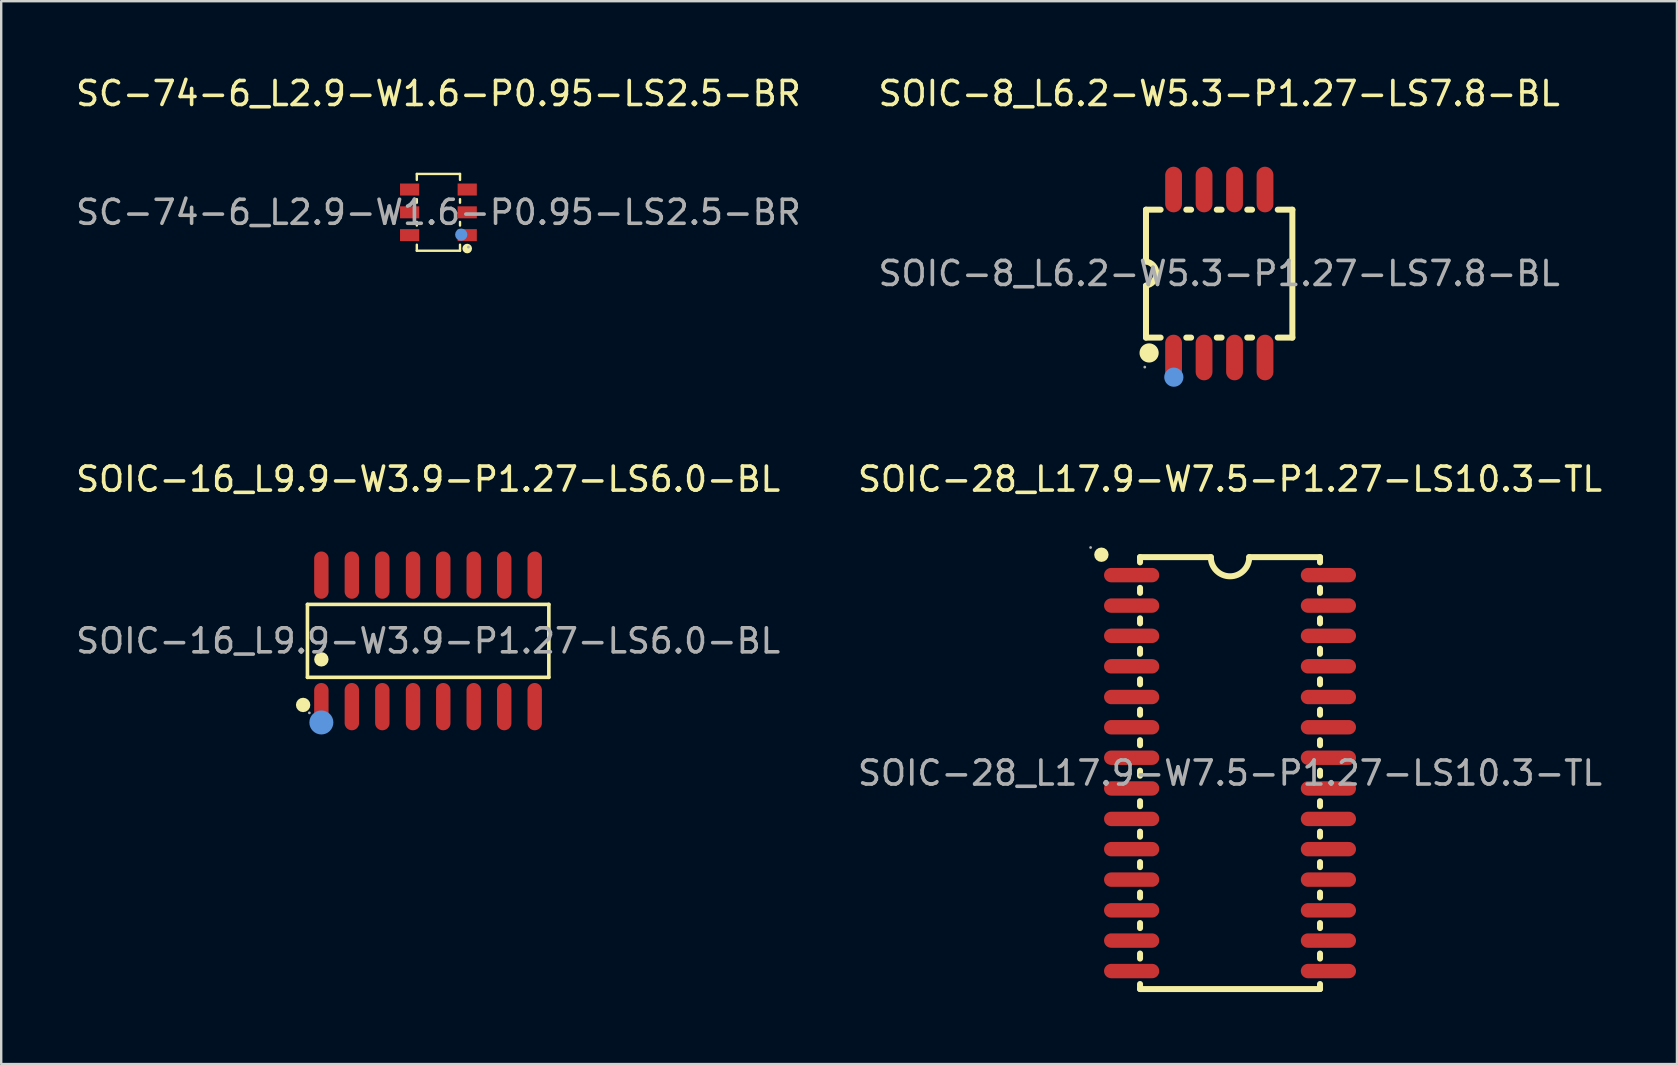
<source format=kicad_pcb>
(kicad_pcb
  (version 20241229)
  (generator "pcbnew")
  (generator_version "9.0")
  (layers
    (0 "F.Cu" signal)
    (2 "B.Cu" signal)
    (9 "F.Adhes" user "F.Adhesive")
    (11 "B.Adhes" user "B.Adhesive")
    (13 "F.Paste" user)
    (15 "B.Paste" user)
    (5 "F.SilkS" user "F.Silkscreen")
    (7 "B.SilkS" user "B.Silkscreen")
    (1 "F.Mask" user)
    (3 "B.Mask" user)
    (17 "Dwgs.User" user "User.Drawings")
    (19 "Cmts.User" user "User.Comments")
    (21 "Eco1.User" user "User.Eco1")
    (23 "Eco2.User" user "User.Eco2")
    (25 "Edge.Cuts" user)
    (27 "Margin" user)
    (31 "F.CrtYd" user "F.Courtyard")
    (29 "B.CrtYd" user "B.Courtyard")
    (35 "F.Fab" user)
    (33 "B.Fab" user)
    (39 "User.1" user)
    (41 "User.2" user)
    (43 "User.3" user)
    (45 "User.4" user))
  (footprint "SOIC-16_L9.9-W3.9-P1.27-LS6.0-BL"
    (layer "F.Cu")
    (at 14.792 23.657)
    (property "Reference" "SOIC-16_L9.9-W3.9-P1.27-LS6.0-BL" (at 0 -6.74 0) (layer "F.SilkS") (effects (font (size 1 1) (thickness 0.15))))
    (attr through_hole)
    (fp_line (start -5.03 -1.52) (end 5.03 -1.52) (stroke (width 0.15) (type solid)) (layer "F.SilkS"))
    (fp_line (start -5.03 1.52) (end -5.03 -1.52) (stroke (width 0.15) (type solid)) (layer "F.SilkS"))
    (fp_line (start 5.03 -1.52) (end 5.03 1.52) (stroke (width 0.15) (type solid)) (layer "F.SilkS"))
    (fp_line (start 5.03 1.52) (end -5.03 1.52) (stroke (width 0.15) (type solid)) (layer "F.SilkS"))
    (fp_circle (center -5.21 2.67) (end -5.06 2.67) (stroke (width 0.3) (type solid)) (fill no) (layer "F.SilkS"))
    (fp_circle (center -4.45 0.77) (end -4.3 0.77) (stroke (width 0.3) (type solid)) (fill no) (layer "F.SilkS"))
    (fp_circle (center -4.45 3.4) (end -4.2 3.4) (stroke (width 0.5) (type solid)) (fill no) (layer "Cmts.User"))
    (fp_circle (center -4.95 3) (end -4.92 3) (stroke (width 0.06) (type solid)) (fill no) (layer "F.Fab"))
    (fp_text user "${REFERENCE}" (at 0 0 0) (layer "F.Fab") (effects (font (size 1 1) (thickness 0.15))))
    (pad "1" smd oval (at -4.45 2.74) (size 0.6 1.97) (layers "F.Cu" "F.Mask" "F.Paste"))
    (pad "2" smd oval (at -3.18 2.74) (size 0.6 1.97) (layers "F.Cu" "F.Mask" "F.Paste"))
    (pad "3" smd oval (at -1.91 2.74) (size 0.6 1.97) (layers "F.Cu" "F.Mask" "F.Paste"))
    (pad "4" smd oval (at -0.63 2.74) (size 0.6 1.97) (layers "F.Cu" "F.Mask" "F.Paste"))
    (pad "5" smd oval (at 0.63 2.74) (size 0.6 1.97) (layers "F.Cu" "F.Mask" "F.Paste"))
    (pad "6" smd oval (at 1.9 2.74) (size 0.6 1.97) (layers "F.Cu" "F.Mask" "F.Paste"))
    (pad "7" smd oval (at 3.17 2.74) (size 0.6 1.97) (layers "F.Cu" "F.Mask" "F.Paste"))
    (pad "8" smd oval (at 4.44 2.74) (size 0.6 1.97) (layers "F.Cu" "F.Mask" "F.Paste"))
    (pad "9" smd oval (at 4.44 -2.74) (size 0.6 1.97) (layers "F.Cu" "F.Mask" "F.Paste"))
    (pad "10" smd oval (at 3.17 -2.74) (size 0.6 1.97) (layers "F.Cu" "F.Mask" "F.Paste"))
    (pad "11" smd oval (at 1.9 -2.74) (size 0.6 1.97) (layers "F.Cu" "F.Mask" "F.Paste"))
    (pad "12" smd oval (at 0.63 -2.74) (size 0.6 1.97) (layers "F.Cu" "F.Mask" "F.Paste"))
    (pad "13" smd oval (at -0.63 -2.74) (size 0.6 1.97) (layers "F.Cu" "F.Mask" "F.Paste"))
    (pad "14" smd oval (at -1.91 -2.74) (size 0.6 1.97) (layers "F.Cu" "F.Mask" "F.Paste"))
    (pad "15" smd oval (at -3.18 -2.74) (size 0.6 1.97) (layers "F.Cu" "F.Mask" "F.Paste"))
    (pad "16" smd oval (at -4.45 -2.74) (size 0.6 1.97) (layers "F.Cu" "F.Mask" "F.Paste")))
  (footprint "SOIC-28_L17.9-W7.5-P1.27-LS10.3-TL"
    (layer "F.Cu")
    (at 48.208 29.166)
    (property "Reference" "SOIC-28_L17.9-W7.5-P1.27-LS10.3-TL" (at 0 -12.25 0) (layer "F.SilkS") (effects (font (size 1 1) (thickness 0.15))))
    (attr through_hole)
    (fp_line (start -3.75 -9) (end -3.75 -8.78) (stroke (width 0.25) (type solid)) (layer "F.SilkS"))
    (fp_line (start -3.75 -9) (end -0.8 -9) (stroke (width 0.25) (type solid)) (layer "F.SilkS"))
    (fp_line (start -3.75 -7.72) (end -3.75 -7.51) (stroke (width 0.25) (type solid)) (layer "F.SilkS"))
    (fp_line (start -3.75 -6.45) (end -3.75 -6.24) (stroke (width 0.25) (type solid)) (layer "F.SilkS"))
    (fp_line (start -3.75 -5.18) (end -3.75 -4.97) (stroke (width 0.25) (type solid)) (layer "F.SilkS"))
    (fp_line (start -3.75 -3.91) (end -3.75 -3.7) (stroke (width 0.25) (type solid)) (layer "F.SilkS"))
    (fp_line (start -3.75 -2.64) (end -3.75 -2.43) (stroke (width 0.25) (type solid)) (layer "F.SilkS"))
    (fp_line (start -3.75 -1.37) (end -3.75 -1.16) (stroke (width 0.25) (type solid)) (layer "F.SilkS"))
    (fp_line (start -3.75 -0.1) (end -3.75 0.11) (stroke (width 0.25) (type solid)) (layer "F.SilkS"))
    (fp_line (start -3.75 1.17) (end -3.75 1.38) (stroke (width 0.25) (type solid)) (layer "F.SilkS"))
    (fp_line (start -3.75 2.44) (end -3.75 2.65) (stroke (width 0.25) (type solid)) (layer "F.SilkS"))
    (fp_line (start -3.75 3.71) (end -3.75 3.92) (stroke (width 0.25) (type solid)) (layer "F.SilkS"))
    (fp_line (start -3.75 4.98) (end -3.75 5.19) (stroke (width 0.25) (type solid)) (layer "F.SilkS"))
    (fp_line (start -3.75 6.25) (end -3.75 6.46) (stroke (width 0.25) (type solid)) (layer "F.SilkS"))
    (fp_line (start -3.75 7.52) (end -3.75 7.73) (stroke (width 0.25) (type solid)) (layer "F.SilkS"))
    (fp_line (start -3.75 8.79) (end -3.75 9) (stroke (width 0.25) (type solid)) (layer "F.SilkS"))
    (fp_line (start 3.75 -9) (end 0.8 -9) (stroke (width 0.25) (type solid)) (layer "F.SilkS"))
    (fp_line (start 3.75 -9) (end 3.75 -8.78) (stroke (width 0.25) (type solid)) (layer "F.SilkS"))
    (fp_line (start 3.75 -7.72) (end 3.75 -7.51) (stroke (width 0.25) (type solid)) (layer "F.SilkS"))
    (fp_line (start 3.75 -6.45) (end 3.75 -6.24) (stroke (width 0.25) (type solid)) (layer "F.SilkS"))
    (fp_line (start 3.75 -5.18) (end 3.75 -4.97) (stroke (width 0.25) (type solid)) (layer "F.SilkS"))
    (fp_line (start 3.75 -3.91) (end 3.75 -3.7) (stroke (width 0.25) (type solid)) (layer "F.SilkS"))
    (fp_line (start 3.75 -2.64) (end 3.75 -2.43) (stroke (width 0.25) (type solid)) (layer "F.SilkS"))
    (fp_line (start 3.75 -1.37) (end 3.75 -1.16) (stroke (width 0.25) (type solid)) (layer "F.SilkS"))
    (fp_line (start 3.75 -0.1) (end 3.75 0.11) (stroke (width 0.25) (type solid)) (layer "F.SilkS"))
    (fp_line (start 3.75 1.17) (end 3.75 1.38) (stroke (width 0.25) (type solid)) (layer "F.SilkS"))
    (fp_line (start 3.75 2.44) (end 3.75 2.65) (stroke (width 0.25) (type solid)) (layer "F.SilkS"))
    (fp_line (start 3.75 3.71) (end 3.75 3.92) (stroke (width 0.25) (type solid)) (layer "F.SilkS"))
    (fp_line (start 3.75 4.98) (end 3.75 5.19) (stroke (width 0.25) (type solid)) (layer "F.SilkS"))
    (fp_line (start 3.75 6.25) (end 3.75 6.46) (stroke (width 0.25) (type solid)) (layer "F.SilkS"))
    (fp_line (start 3.75 7.52) (end 3.75 7.73) (stroke (width 0.25) (type solid)) (layer "F.SilkS"))
    (fp_line (start 3.75 8.79) (end 3.75 9) (stroke (width 0.25) (type solid)) (layer "F.SilkS"))
    (fp_line (start 3.75 9) (end -3.75 9) (stroke (width 0.25) (type solid)) (layer "F.SilkS"))
    (fp_arc (start -5.36 -9.1) (mid -5.36 -9.1) (end -5.36 -9.1) (stroke (width 0.3) (type solid)) (layer "F.SilkS"))
    (fp_arc (start 0.8 -9) (mid 0 -8.2) (end -0.8 -9) (stroke (width 0.25) (type solid)) (layer "F.SilkS"))
    (fp_circle (center -5.81 -9.4) (end -5.78 -9.4) (stroke (width 0.06) (type solid)) (fill no) (layer "F.Fab"))
    (fp_text user "${REFERENCE}" (at 0 0 0) (layer "F.Fab") (effects (font (size 1 1) (thickness 0.15))))
    (pad "1" smd oval (at -4.1 -8.25 90) (size 0.6 2.3) (layers "F.Cu" "F.Mask" "F.Paste"))
    (pad "2" smd oval (at -4.1 -6.98 90) (size 0.6 2.3) (layers "F.Cu" "F.Mask" "F.Paste"))
    (pad "3" smd oval (at -4.1 -5.72 90) (size 0.6 2.3) (layers "F.Cu" "F.Mask" "F.Paste"))
    (pad "4" smd oval (at -4.1 -4.45 90) (size 0.6 2.3) (layers "F.Cu" "F.Mask" "F.Paste"))
    (pad "5" smd oval (at -4.1 -3.17 90) (size 0.6 2.3) (layers "F.Cu" "F.Mask" "F.Paste"))
    (pad "6" smd oval (at -4.1 -1.91 90) (size 0.6 2.3) (layers "F.Cu" "F.Mask" "F.Paste"))
    (pad "7" smd oval (at -4.1 -0.64 90) (size 0.6 2.3) (layers "F.Cu" "F.Mask" "F.Paste"))
    (pad "8" smd oval (at -4.1 0.64 90) (size 0.6 2.3) (layers "F.Cu" "F.Mask" "F.Paste"))
    (pad "9" smd oval (at -4.1 1.91 90) (size 0.6 2.3) (layers "F.Cu" "F.Mask" "F.Paste"))
    (pad "10" smd oval (at -4.1 3.17 90) (size 0.6 2.3) (layers "F.Cu" "F.Mask" "F.Paste"))
    (pad "11" smd oval (at -4.1 4.44 90) (size 0.6 2.3) (layers "F.Cu" "F.Mask" "F.Paste"))
    (pad "12" smd oval (at -4.1 5.72 90) (size 0.6 2.3) (layers "F.Cu" "F.Mask" "F.Paste"))
    (pad "13" smd oval (at -4.1 6.98 90) (size 0.6 2.3) (layers "F.Cu" "F.Mask" "F.Paste"))
    (pad "14" smd oval (at -4.1 8.25 90) (size 0.6 2.3) (layers "F.Cu" "F.Mask" "F.Paste"))
    (pad "15" smd oval (at 4.1 8.25 90) (size 0.6 2.3) (layers "F.Cu" "F.Mask" "F.Paste"))
    (pad "16" smd oval (at 4.1 6.98 90) (size 0.6 2.3) (layers "F.Cu" "F.Mask" "F.Paste"))
    (pad "17" smd oval (at 4.1 5.72 90) (size 0.6 2.3) (layers "F.Cu" "F.Mask" "F.Paste"))
    (pad "18" smd oval (at 4.1 4.44 90) (size 0.6 2.3) (layers "F.Cu" "F.Mask" "F.Paste"))
    (pad "19" smd oval (at 4.1 3.17 90) (size 0.6 2.3) (layers "F.Cu" "F.Mask" "F.Paste"))
    (pad "20" smd oval (at 4.1 1.91 90) (size 0.6 2.3) (layers "F.Cu" "F.Mask" "F.Paste"))
    (pad "21" smd oval (at 4.1 0.64 90) (size 0.6 2.3) (layers "F.Cu" "F.Mask" "F.Paste"))
    (pad "22" smd oval (at 4.1 -0.64 90) (size 0.6 2.3) (layers "F.Cu" "F.Mask" "F.Paste"))
    (pad "23" smd oval (at 4.1 -1.91 90) (size 0.6 2.3) (layers "F.Cu" "F.Mask" "F.Paste"))
    (pad "24" smd oval (at 4.1 -3.17 90) (size 0.6 2.3) (layers "F.Cu" "F.Mask" "F.Paste"))
    (pad "25" smd oval (at 4.1 -4.45 90) (size 0.6 2.3) (layers "F.Cu" "F.Mask" "F.Paste"))
    (pad "26" smd oval (at 4.1 -5.72 90) (size 0.6 2.3) (layers "F.Cu" "F.Mask" "F.Paste"))
    (pad "27" smd oval (at 4.1 -6.98 90) (size 0.6 2.3) (layers "F.Cu" "F.Mask" "F.Paste"))
    (pad "28" smd oval (at 4.1 -8.25 90) (size 0.6 2.3) (layers "F.Cu" "F.Mask" "F.Paste")))
  (footprint "SC-74-6_L2.9-W1.6-P0.95-LS2.5-BR"
    (layer "F.Cu")
    (at 15.22 5.798)
    (property "Reference" "SC-74-6_L2.9-W1.6-P0.95-LS2.5-BR" (at 0 -4.95 0) (layer "F.SilkS") (effects (font (size 1 1) (thickness 0.15))))
    (attr through_hole)
    (fp_line (start -0.9 -1.6) (end 0.9 -1.6) (stroke (width 0.1) (type solid)) (layer "F.SilkS"))
    (fp_line (start -0.9 -1.35) (end -0.9 -1.6) (stroke (width 0.1) (type solid)) (layer "F.SilkS"))
    (fp_line (start -0.9 -0.4) (end -0.9 -0.55) (stroke (width 0.1) (type solid)) (layer "F.SilkS"))
    (fp_line (start -0.9 0.55) (end -0.9 0.4) (stroke (width 0.1) (type solid)) (layer "F.SilkS"))
    (fp_line (start -0.9 1.6) (end -0.9 1.35) (stroke (width 0.1) (type solid)) (layer "F.SilkS"))
    (fp_line (start -0.9 1.6) (end 0.9 1.6) (stroke (width 0.1) (type solid)) (layer "F.SilkS"))
    (fp_line (start 0.9 -1.35) (end 0.9 -1.6) (stroke (width 0.1) (type solid)) (layer "F.SilkS"))
    (fp_line (start 0.9 -0.4) (end 0.9 -0.55) (stroke (width 0.1) (type solid)) (layer "F.SilkS"))
    (fp_line (start 0.9 0.55) (end 0.9 0.4) (stroke (width 0.1) (type solid)) (layer "F.SilkS"))
    (fp_line (start 0.9 1.6) (end 0.9 1.35) (stroke (width 0.1) (type solid)) (layer "F.SilkS"))
    (fp_circle (center 1.2 1.51) (end 1.3 1.51) (stroke (width 0.2) (type solid)) (fill no) (layer "F.SilkS"))
    (fp_circle (center 0.95 0.93) (end 1.08 0.93) (stroke (width 0.25) (type solid)) (fill no) (layer "Cmts.User"))
    (fp_circle (center 1.25 1.45) (end 1.28 1.45) (stroke (width 0.06) (type solid)) (fill no) (layer "F.Fab"))
    (fp_text user "${REFERENCE}" (at 0 0 0) (layer "F.Fab") (effects (font (size 1 1) (thickness 0.15))))
    (pad "1" smd rect (at 1.2 0.95 90) (size 0.5 0.8) (layers "F.Cu" "F.Mask" "F.Paste"))
    (pad "2" smd rect (at 1.2 0 90) (size 0.5 0.8) (layers "F.Cu" "F.Mask" "F.Paste"))
    (pad "3" smd rect (at 1.2 -0.95 90) (size 0.5 0.8) (layers "F.Cu" "F.Mask" "F.Paste"))
    (pad "4" smd rect (at -1.2 -0.95 90) (size 0.5 0.8) (layers "F.Cu" "F.Mask" "F.Paste"))
    (pad "5" smd rect (at -1.2 0 90) (size 0.5 0.8) (layers "F.Cu" "F.Mask" "F.Paste"))
    (pad "6" smd rect (at -1.2 0.95 90) (size 0.5 0.8) (layers "F.Cu" "F.Mask" "F.Paste")))
  (footprint "SOIC-8_L6.2-W5.3-P1.27-LS7.8-BL"
    (layer "F.Cu")
    (at 47.756 8.348)
    (property "Reference" "SOIC-8_L6.2-W5.3-P1.27-LS7.8-BL" (at 0 -7.5 0) (layer "F.SilkS") (effects (font (size 1 1) (thickness 0.15))))
    (attr through_hole)
    (fp_line (start -3.05 -0.5) (end -3.05 -2.66) (stroke (width 0.25) (type solid)) (layer "F.SilkS"))
    (fp_line (start -3.05 0.51) (end -3.05 2.67) (stroke (width 0.25) (type solid)) (layer "F.SilkS"))
    (fp_line (start -3.05 2.67) (end -2.44 2.67) (stroke (width 0.25) (type solid)) (layer "F.SilkS"))
    (fp_line (start -2.44 -2.66) (end -3.05 -2.66) (stroke (width 0.25) (type solid)) (layer "F.SilkS"))
    (fp_line (start -1.37 2.67) (end -1.17 2.67) (stroke (width 0.25) (type solid)) (layer "F.SilkS"))
    (fp_line (start -1.17 -2.66) (end -1.37 -2.66) (stroke (width 0.25) (type solid)) (layer "F.SilkS"))
    (fp_line (start -0.1 2.67) (end 0.1 2.67) (stroke (width 0.25) (type solid)) (layer "F.SilkS"))
    (fp_line (start 0.1 -2.66) (end -0.1 -2.66) (stroke (width 0.25) (type solid)) (layer "F.SilkS"))
    (fp_line (start 1.17 2.67) (end 1.37 2.67) (stroke (width 0.25) (type solid)) (layer "F.SilkS"))
    (fp_line (start 1.37 -2.66) (end 1.17 -2.66) (stroke (width 0.25) (type solid)) (layer "F.SilkS"))
    (fp_line (start 2.44 2.67) (end 3.05 2.67) (stroke (width 0.25) (type solid)) (layer "F.SilkS"))
    (fp_line (start 3.05 -2.66) (end 2.44 -2.66) (stroke (width 0.25) (type solid)) (layer "F.SilkS"))
    (fp_line (start 3.05 2.67) (end 3.05 -2.66) (stroke (width 0.25) (type solid)) (layer "F.SilkS"))
    (fp_arc (start -3.05 -0.5) (mid -2.615124 -0.000532) (end -3.048946 0.499851) (stroke (width 0.25) (type solid)) (layer "F.SilkS"))
    (fp_arc (start -2.92 3.31) (mid -2.92 3.31) (end -2.92 3.31) (stroke (width 0.4) (type solid)) (layer "F.SilkS"))
    (fp_circle (center -1.89 4.32) (end -1.69 4.32) (stroke (width 0.4) (type solid)) (fill no) (layer "Cmts.User"))
    (fp_circle (center -3.1 3.9) (end -3.07 3.9) (stroke (width 0.06) (type solid)) (fill no) (layer "F.Fab"))
    (fp_text user "${REFERENCE}" (at 0 0 0) (layer "F.Fab") (effects (font (size 1 1) (thickness 0.15))))
    (pad "1" smd oval (at -1.9 3.5) (size 0.7 1.9) (layers "F.Cu" "F.Mask" "F.Paste"))
    (pad "2" smd oval (at -0.63 3.5) (size 0.7 1.9) (layers "F.Cu" "F.Mask" "F.Paste"))
    (pad "3" smd oval (at 0.64 3.5) (size 0.7 1.9) (layers "F.Cu" "F.Mask" "F.Paste"))
    (pad "4" smd oval (at 1.91 3.5) (size 0.7 1.9) (layers "F.Cu" "F.Mask" "F.Paste"))
    (pad "5" smd oval (at 1.91 -3.5) (size 0.7 1.9) (layers "F.Cu" "F.Mask" "F.Paste"))
    (pad "6" smd oval (at 0.64 -3.5) (size 0.7 1.9) (layers "F.Cu" "F.Mask" "F.Paste"))
    (pad "7" smd oval (at -0.63 -3.5) (size 0.7 1.9) (layers "F.Cu" "F.Mask" "F.Paste"))
    (pad "8" smd oval (at -1.9 -3.5) (size 0.7 1.9) (layers "F.Cu" "F.Mask" "F.Paste")))
  (gr_rect
    (start -3 -3)
    (end 66.833 41.291)
    (stroke (width 0.1) (type default))
    (fill no)
    (layer "Edge.Cuts")))
</source>
